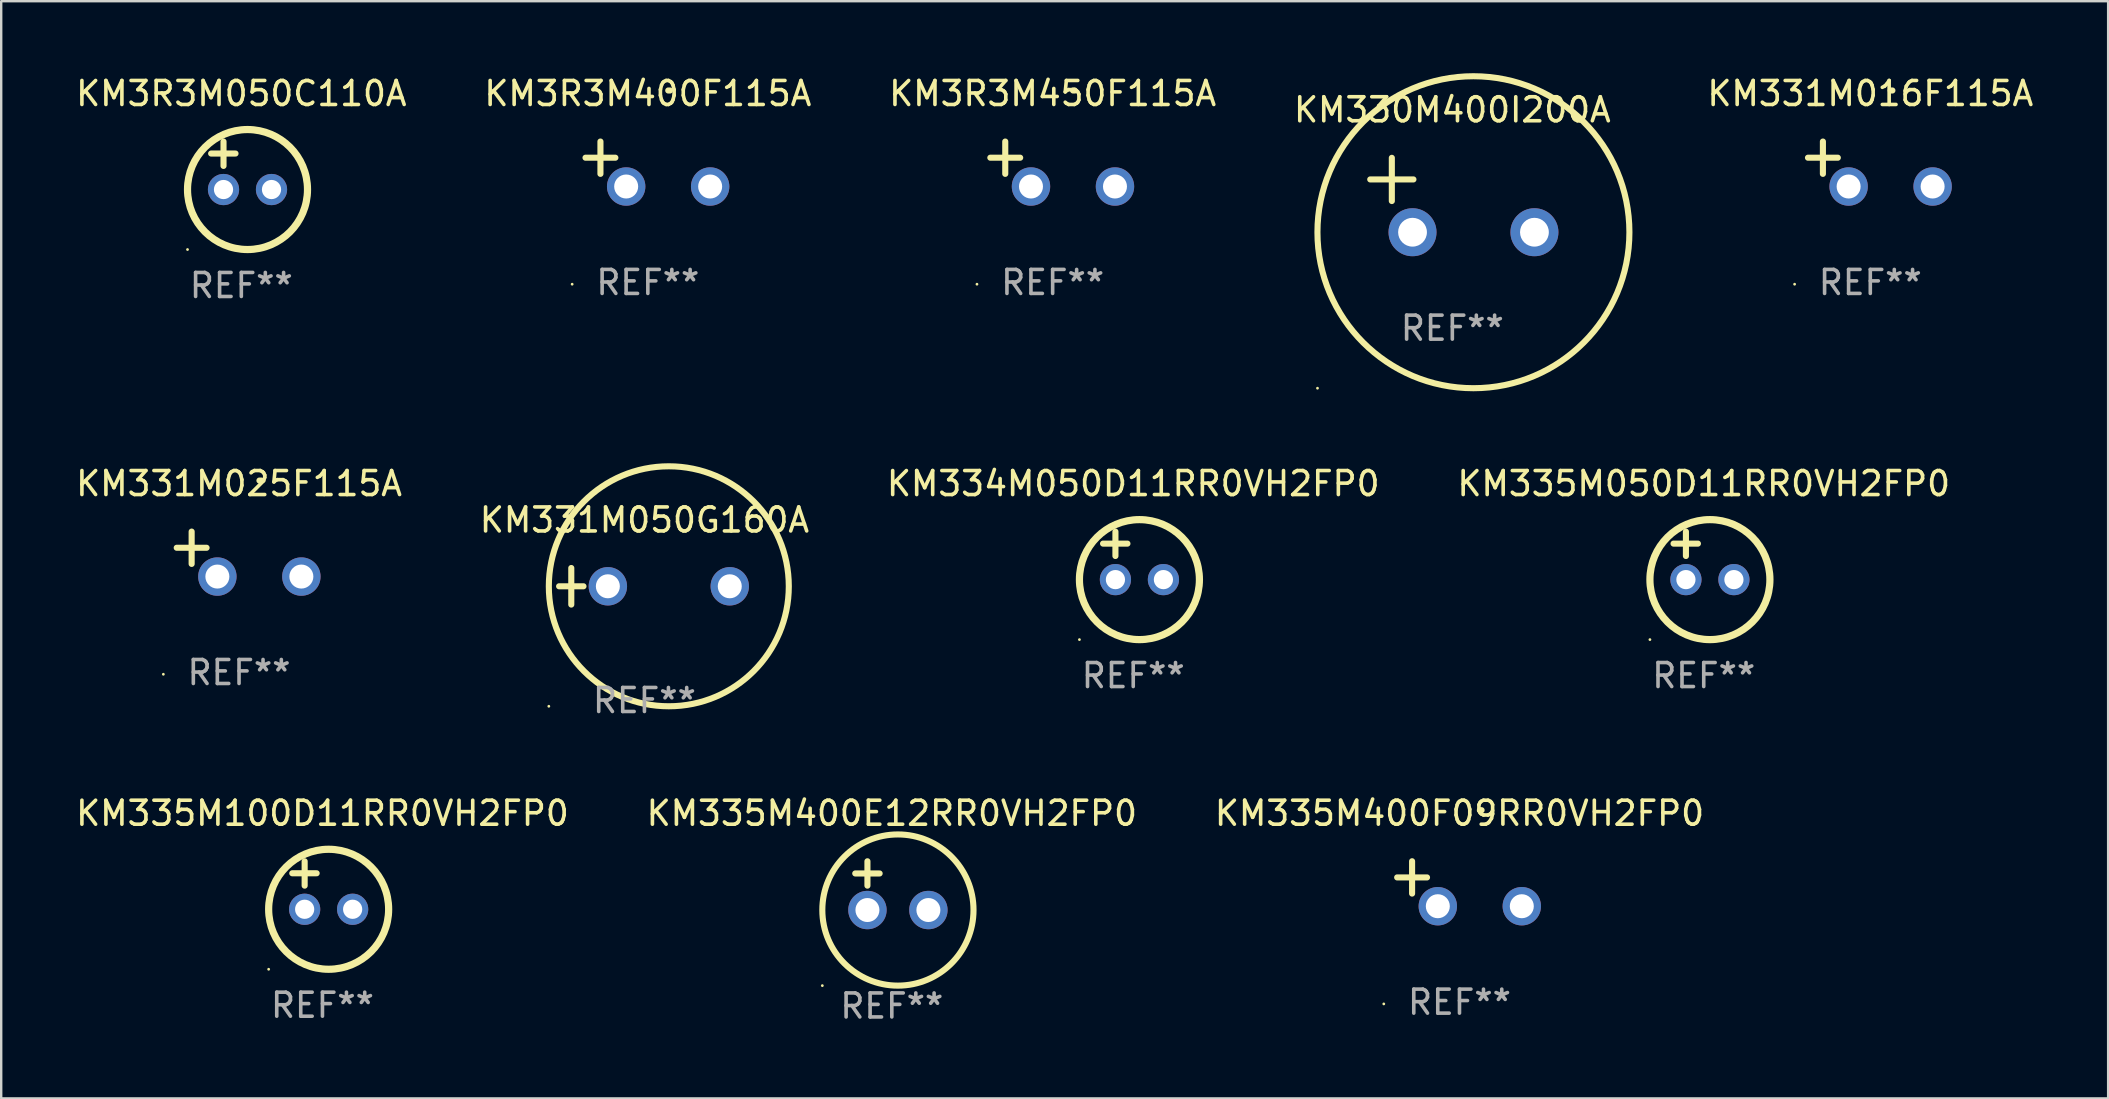
<source format=kicad_pcb>
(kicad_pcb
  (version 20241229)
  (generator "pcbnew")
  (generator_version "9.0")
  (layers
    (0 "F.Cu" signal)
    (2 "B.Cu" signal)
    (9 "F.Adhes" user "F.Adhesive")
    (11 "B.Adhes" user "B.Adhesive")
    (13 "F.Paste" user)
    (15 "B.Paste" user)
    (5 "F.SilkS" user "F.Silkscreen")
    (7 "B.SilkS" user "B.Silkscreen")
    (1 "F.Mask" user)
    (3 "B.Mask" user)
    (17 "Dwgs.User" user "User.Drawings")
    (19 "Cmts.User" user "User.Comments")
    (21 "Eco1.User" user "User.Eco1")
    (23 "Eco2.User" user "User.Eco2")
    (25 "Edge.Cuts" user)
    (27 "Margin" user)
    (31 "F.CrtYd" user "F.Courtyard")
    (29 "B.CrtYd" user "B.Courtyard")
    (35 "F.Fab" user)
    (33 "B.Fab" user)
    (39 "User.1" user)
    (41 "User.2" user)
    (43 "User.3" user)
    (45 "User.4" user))
  (footprint "KM334M050D11RR0VH2FP0"
    (layer "F.Cu")
    (at 44.173 20.103)
    (property "Reference" "KM334M050D11RR0VH2FP0" (at 0 -3 0) (layer "F.SilkS") (effects (font (size 1 1) (thickness 0.15))))
    (attr through_hole)
    (fp_line (start -1.258 -0.5) (end -0.242 -0.5) (stroke (width 0.254) (type solid)) (layer "F.SilkS"))
    (fp_line (start -0.742 -1) (end -0.742 0.016) (stroke (width 0.254) (type solid)) (layer "F.SilkS"))
    (fp_circle (center -2.242 3.5) (end -2.212 3.5) (stroke (width 0.06) (type solid)) (fill no) (layer "F.SilkS"))
    (fp_circle (center 0.258 1) (end 2.758 1) (stroke (width 0.3) (type solid)) (fill no) (layer "F.SilkS"))
    (fp_text user "REF**" (at 0 5 0) (layer "F.Fab") (effects (font (size 1 1) (thickness 0.15))))
    (pad "1" thru_hole circle (at -0.742 1) (size 1.3 1.3) (drill 0.8) (layers "*.Cu" "*.Mask"))
    (pad "2" thru_hole circle (at 1.258 1) (size 1.3 1.3) (drill 0.8) (layers "*.Cu" "*.Mask")))
  (footprint "KM331M016F115A"
    (layer "F.Cu")
    (at 74.887 3.785)
    (property "Reference" "KM331M016F115A" (at 0 -2.937 0) (layer "F.SilkS") (effects (font (size 1 1) (thickness 0.15))))
    (attr through_hole)
    (fp_line (start -1.975 0.41) (end -1.975 -0.937) (stroke (width 0.254) (type solid)) (layer "F.SilkS"))
    (fp_line (start -1.353 -0.263) (end -2.597 -0.263) (stroke (width 0.254) (type solid)) (layer "F.SilkS"))
    (fp_arc (start 0.849809 -3.063957) (mid 0.885369 -3.064114) (end 0.920929 -3.063957) (stroke (width 0.254001) (type solid)) (layer "F.SilkS"))
    (fp_circle (center -3.154 5.008) (end -3.124 5.008) (stroke (width 0.06) (type solid)) (fill no) (layer "F.SilkS"))
    (fp_text user "REF**" (at 0 4.937 0) (layer "F.Fab") (effects (font (size 1 1) (thickness 0.15))))
    (pad "1" thru_hole circle (at -0.903 0.937) (size 1.6 1.6) (drill 1) (layers "*.Cu" "*.Mask"))
    (pad "2" thru_hole circle (at 2.597 0.937) (size 1.6 1.6) (drill 1) (layers "*.Cu" "*.Mask")))
  (footprint "KM3R3M450F115A"
    (layer "F.Cu")
    (at 40.815 3.785)
    (property "Reference" "KM3R3M450F115A" (at 0 -2.937 0) (layer "F.SilkS") (effects (font (size 1 1) (thickness 0.15))))
    (attr through_hole)
    (fp_line (start -1.975 0.41) (end -1.975 -0.937) (stroke (width 0.254) (type solid)) (layer "F.SilkS"))
    (fp_line (start -1.353 -0.263) (end -2.597 -0.263) (stroke (width 0.254) (type solid)) (layer "F.SilkS"))
    (fp_arc (start 0.849809 -3.063957) (mid 0.885369 -3.064114) (end 0.920929 -3.063957) (stroke (width 0.254001) (type solid)) (layer "F.SilkS"))
    (fp_circle (center -3.154 5.008) (end -3.124 5.008) (stroke (width 0.06) (type solid)) (fill no) (layer "F.SilkS"))
    (fp_text user "REF**" (at 0 4.937 0) (layer "F.Fab") (effects (font (size 1 1) (thickness 0.15))))
    (pad "1" thru_hole circle (at -0.903 0.937) (size 1.6 1.6) (drill 1) (layers "*.Cu" "*.Mask"))
    (pad "2" thru_hole circle (at 2.597 0.937) (size 1.6 1.6) (drill 1) (layers "*.Cu" "*.Mask")))
  (footprint "KM331M050G160A"
    (layer "F.Cu")
    (at 23.804 21.381)
    (property "Reference" "KM331M050G160A" (at 0 -2.762 0) (layer "F.SilkS") (effects (font (size 1 1) (thickness 0.15))))
    (attr through_hole)
    (fp_line (start -3.556 0) (end -2.54 0) (stroke (width 0.254) (type solid)) (layer "F.SilkS"))
    (fp_line (start -3.048 -0.762) (end -3.048 0.762) (stroke (width 0.254) (type solid)) (layer "F.SilkS"))
    (fp_circle (center -3.984 5) (end -3.954 5) (stroke (width 0.06) (type solid)) (fill no) (layer "F.SilkS"))
    (fp_circle (center 1.016 0) (end 6.016 0) (stroke (width 0.254) (type solid)) (fill no) (layer "F.SilkS"))
    (fp_text user "REF**" (at 0 4.762 0) (layer "F.Fab") (effects (font (size 1 1) (thickness 0.15))))
    (pad "1" thru_hole circle (at -1.524 0) (size 1.6 1.6) (drill 1) (layers "*.Cu" "*.Mask"))
    (pad "2" thru_hole circle (at 3.556 0) (size 1.6 1.6) (drill 1) (layers "*.Cu" "*.Mask")))
  (footprint "KM335M100D11RR0VH2FP0"
    (layer "F.Cu")
    (at 10.387 33.84)
    (property "Reference" "KM335M100D11RR0VH2FP0" (at 0 -3 0) (layer "F.SilkS") (effects (font (size 1 1) (thickness 0.15))))
    (attr through_hole)
    (fp_line (start -1.258 -0.5) (end -0.242 -0.5) (stroke (width 0.254) (type solid)) (layer "F.SilkS"))
    (fp_line (start -0.742 -1) (end -0.742 0.016) (stroke (width 0.254) (type solid)) (layer "F.SilkS"))
    (fp_circle (center -2.242 3.5) (end -2.212 3.5) (stroke (width 0.06) (type solid)) (fill no) (layer "F.SilkS"))
    (fp_circle (center 0.258 1) (end 2.758 1) (stroke (width 0.3) (type solid)) (fill no) (layer "F.SilkS"))
    (fp_text user "REF**" (at 0 5 0) (layer "F.Fab") (effects (font (size 1 1) (thickness 0.15))))
    (pad "1" thru_hole circle (at -0.742 1) (size 1.3 1.3) (drill 0.8) (layers "*.Cu" "*.Mask"))
    (pad "2" thru_hole circle (at 1.258 1) (size 1.3 1.3) (drill 0.8) (layers "*.Cu" "*.Mask")))
  (footprint "KM330M400I200A"
    (layer "F.Cu")
    (at 57.47 5.077)
    (property "Reference" "KM330M400I200A" (at 0 -3.55 0) (layer "F.SilkS") (effects (font (size 1 1) (thickness 0.15))))
    (attr through_hole)
    (fp_line (start -3.421 -0.65) (end -1.621 -0.65) (stroke (width 0.254) (type solid)) (layer "F.SilkS"))
    (fp_line (start -2.521 -1.55) (end -2.521 0.25) (stroke (width 0.254) (type solid)) (layer "F.SilkS"))
    (fp_circle (center -5.619 8.05) (end -5.589 8.05) (stroke (width 0.06) (type solid)) (fill no) (layer "F.SilkS"))
    (fp_circle (center 0.879 1.55) (end 7.379 1.55) (stroke (width 0.254) (type solid)) (fill no) (layer "F.SilkS"))
    (fp_text user "REF**" (at 0 5.55 0) (layer "F.Fab") (effects (font (size 1 1) (thickness 0.15))))
    (pad "1" thru_hole circle (at -1.659 1.55) (size 2 2) (drill 1.2) (layers "*.Cu" "*.Mask"))
    (pad "2" thru_hole circle (at 3.421 1.55) (size 2 2) (drill 1.2) (layers "*.Cu" "*.Mask")))
  (footprint "KM3R3M050C110A"
    (layer "F.Cu")
    (at 7.006 3.848)
    (property "Reference" "KM3R3M050C110A" (at 0 -3 0) (layer "F.SilkS") (effects (font (size 1 1) (thickness 0.15))))
    (attr through_hole)
    (fp_line (start -1.258 -0.5) (end -0.242 -0.5) (stroke (width 0.254) (type solid)) (layer "F.SilkS"))
    (fp_line (start -0.742 -1) (end -0.742 0.016) (stroke (width 0.254) (type solid)) (layer "F.SilkS"))
    (fp_circle (center -2.242 3.5) (end -2.212 3.5) (stroke (width 0.06) (type solid)) (fill no) (layer "F.SilkS"))
    (fp_circle (center 0.258 1) (end 2.758 1) (stroke (width 0.3) (type solid)) (fill no) (layer "F.SilkS"))
    (fp_text user "REF**" (at 0 5 0) (layer "F.Fab") (effects (font (size 1 1) (thickness 0.15))))
    (pad "1" thru_hole circle (at -0.742 1) (size 1.3 1.3) (drill 0.8) (layers "*.Cu" "*.Mask"))
    (pad "2" thru_hole circle (at 1.258 1) (size 1.3 1.3) (drill 0.8) (layers "*.Cu" "*.Mask")))
  (footprint "KM335M400E12RR0VH2FP0"
    (layer "F.Cu")
    (at 34.113 33.856)
    (property "Reference" "KM335M400E12RR0VH2FP0" (at 0 -3.016 0) (layer "F.SilkS") (effects (font (size 1 1) (thickness 0.15))))
    (attr through_hole)
    (fp_line (start -1.524 -0.508) (end -0.508 -0.508) (stroke (width 0.254) (type solid)) (layer "F.SilkS"))
    (fp_line (start -1.016 -1.016) (end -1.016 0) (stroke (width 0.254) (type solid)) (layer "F.SilkS"))
    (fp_circle (center -2.896 4.166) (end -2.866 4.166) (stroke (width 0.06) (type solid)) (fill no) (layer "F.SilkS"))
    (fp_circle (center 0.254 1.016) (end 3.404 1.016) (stroke (width 0.254) (type solid)) (fill no) (layer "F.SilkS"))
    (fp_text user "REF**" (at 0 5.016 0) (layer "F.Fab") (effects (font (size 1 1) (thickness 0.15))))
    (pad "1" thru_hole circle (at -1.016 1.016) (size 1.6 1.6) (drill 1) (layers "*.Cu" "*.Mask"))
    (pad "2" thru_hole circle (at 1.524 1.016) (size 1.6 1.6) (drill 1) (layers "*.Cu" "*.Mask")))
  (footprint "KM3R3M400F115A"
    (layer "F.Cu")
    (at 23.946 3.785)
    (property "Reference" "KM3R3M400F115A" (at 0 -2.937 0) (layer "F.SilkS") (effects (font (size 1 1) (thickness 0.15))))
    (attr through_hole)
    (fp_line (start -1.975 0.41) (end -1.975 -0.937) (stroke (width 0.254) (type solid)) (layer "F.SilkS"))
    (fp_line (start -1.353 -0.263) (end -2.597 -0.263) (stroke (width 0.254) (type solid)) (layer "F.SilkS"))
    (fp_arc (start 0.849809 -3.063957) (mid 0.885369 -3.064114) (end 0.920929 -3.063957) (stroke (width 0.254001) (type solid)) (layer "F.SilkS"))
    (fp_circle (center -3.154 5.008) (end -3.124 5.008) (stroke (width 0.06) (type solid)) (fill no) (layer "F.SilkS"))
    (fp_text user "REF**" (at 0 4.937 0) (layer "F.Fab") (effects (font (size 1 1) (thickness 0.15))))
    (pad "1" thru_hole circle (at -0.903 0.937) (size 1.6 1.6) (drill 1) (layers "*.Cu" "*.Mask"))
    (pad "2" thru_hole circle (at 2.597 0.937) (size 1.6 1.6) (drill 1) (layers "*.Cu" "*.Mask")))
  (footprint "KM335M050D11RR0VH2FP0"
    (layer "F.Cu")
    (at 67.946 20.103)
    (property "Reference" "KM335M050D11RR0VH2FP0" (at 0 -3 0) (layer "F.SilkS") (effects (font (size 1 1) (thickness 0.15))))
    (attr through_hole)
    (fp_line (start -1.258 -0.5) (end -0.242 -0.5) (stroke (width 0.254) (type solid)) (layer "F.SilkS"))
    (fp_line (start -0.742 -1) (end -0.742 0.016) (stroke (width 0.254) (type solid)) (layer "F.SilkS"))
    (fp_circle (center -2.242 3.5) (end -2.212 3.5) (stroke (width 0.06) (type solid)) (fill no) (layer "F.SilkS"))
    (fp_circle (center 0.258 1) (end 2.758 1) (stroke (width 0.3) (type solid)) (fill no) (layer "F.SilkS"))
    (fp_text user "REF**" (at 0 5 0) (layer "F.Fab") (effects (font (size 1 1) (thickness 0.15))))
    (pad "1" thru_hole circle (at -0.742 1) (size 1.3 1.3) (drill 0.8) (layers "*.Cu" "*.Mask"))
    (pad "2" thru_hole circle (at 1.258 1) (size 1.3 1.3) (drill 0.8) (layers "*.Cu" "*.Mask")))
  (footprint "KM331M025F115A"
    (layer "F.Cu")
    (at 6.911 20.039)
    (property "Reference" "KM331M025F115A" (at 0 -2.937 0) (layer "F.SilkS") (effects (font (size 1 1) (thickness 0.15))))
    (attr through_hole)
    (fp_line (start -1.975 0.41) (end -1.975 -0.937) (stroke (width 0.254) (type solid)) (layer "F.SilkS"))
    (fp_line (start -1.353 -0.263) (end -2.597 -0.263) (stroke (width 0.254) (type solid)) (layer "F.SilkS"))
    (fp_arc (start 0.849809 -3.063957) (mid 0.885369 -3.064114) (end 0.920929 -3.063957) (stroke (width 0.254001) (type solid)) (layer "F.SilkS"))
    (fp_circle (center -3.154 5.008) (end -3.124 5.008) (stroke (width 0.06) (type solid)) (fill no) (layer "F.SilkS"))
    (fp_text user "REF**" (at 0 4.937 0) (layer "F.Fab") (effects (font (size 1 1) (thickness 0.15))))
    (pad "1" thru_hole circle (at -0.903 0.937) (size 1.6 1.6) (drill 1) (layers "*.Cu" "*.Mask"))
    (pad "2" thru_hole circle (at 2.597 0.937) (size 1.6 1.6) (drill 1) (layers "*.Cu" "*.Mask")))
  (footprint "KM335M400F09RR0VH2FP0"
    (layer "F.Cu")
    (at 57.768 33.776)
    (property "Reference" "KM335M400F09RR0VH2FP0" (at 0 -2.937 0) (layer "F.SilkS") (effects (font (size 1 1) (thickness 0.15))))
    (attr through_hole)
    (fp_line (start -1.975 0.41) (end -1.975 -0.937) (stroke (width 0.254) (type solid)) (layer "F.SilkS"))
    (fp_line (start -1.353 -0.263) (end -2.597 -0.263) (stroke (width 0.254) (type solid)) (layer "F.SilkS"))
    (fp_arc (start 0.849809 -3.063957) (mid 0.885369 -3.064114) (end 0.920929 -3.063957) (stroke (width 0.254001) (type solid)) (layer "F.SilkS"))
    (fp_circle (center -3.154 5.008) (end -3.124 5.008) (stroke (width 0.06) (type solid)) (fill no) (layer "F.SilkS"))
    (fp_text user "REF**" (at 0 4.937 0) (layer "F.Fab") (effects (font (size 1 1) (thickness 0.15))))
    (pad "1" thru_hole circle (at -0.903 0.937) (size 1.6 1.6) (drill 1) (layers "*.Cu" "*.Mask"))
    (pad "2" thru_hole circle (at 2.597 0.937) (size 1.6 1.6) (drill 1) (layers "*.Cu" "*.Mask")))
  (gr_rect
    (start -3 -3)
    (end 84.798 42.72)
    (stroke (width 0.1) (type default))
    (fill no)
    (layer "Edge.Cuts")))
</source>
